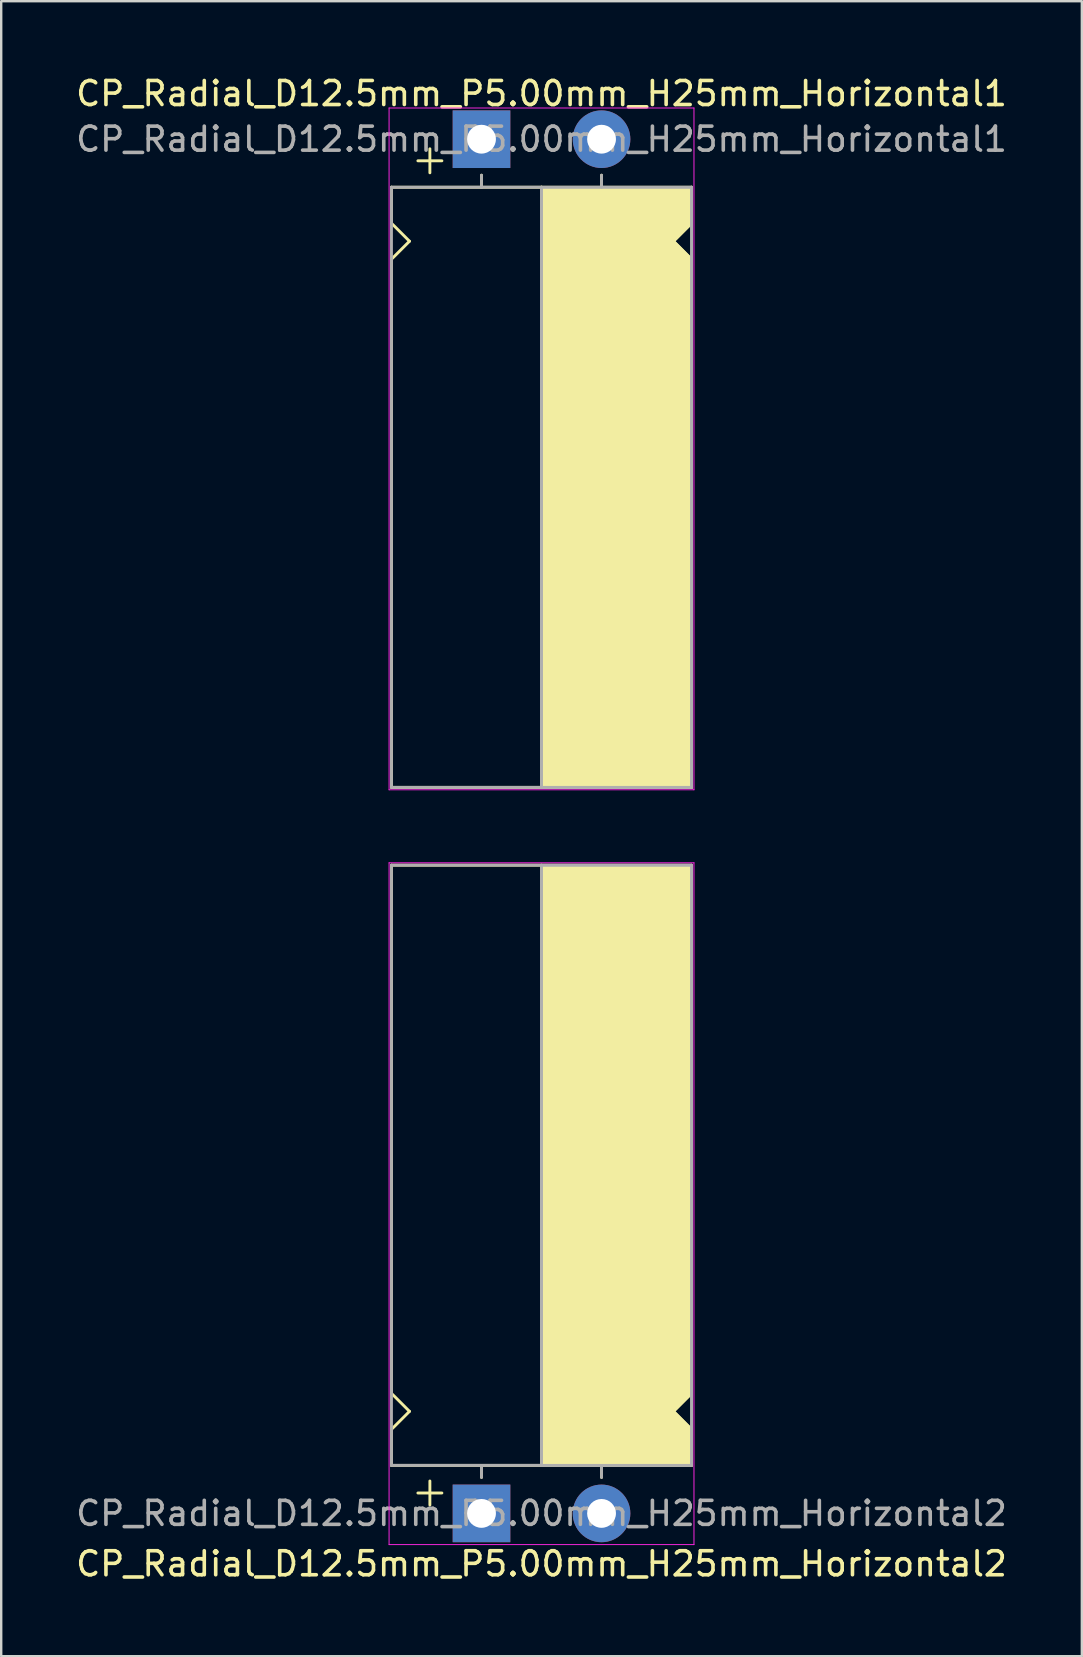
<source format=kicad_pcb>
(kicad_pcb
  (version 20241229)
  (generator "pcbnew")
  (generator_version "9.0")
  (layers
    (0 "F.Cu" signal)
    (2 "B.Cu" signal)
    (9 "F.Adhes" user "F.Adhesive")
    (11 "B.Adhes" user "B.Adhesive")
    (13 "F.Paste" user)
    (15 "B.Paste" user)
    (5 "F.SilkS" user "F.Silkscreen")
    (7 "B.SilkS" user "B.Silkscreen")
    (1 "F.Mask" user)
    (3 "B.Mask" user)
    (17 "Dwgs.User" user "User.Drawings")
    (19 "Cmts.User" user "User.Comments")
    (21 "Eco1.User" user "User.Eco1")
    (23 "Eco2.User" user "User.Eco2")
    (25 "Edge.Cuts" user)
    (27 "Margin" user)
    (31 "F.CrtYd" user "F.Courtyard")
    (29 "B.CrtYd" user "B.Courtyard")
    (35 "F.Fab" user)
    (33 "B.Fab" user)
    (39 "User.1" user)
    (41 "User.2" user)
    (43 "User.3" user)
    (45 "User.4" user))
  (footprint "CP_Radial_D12.5mm_P5.00mm_H25mm_Horizontal2"
    (layer "F.Cu")
    (at 17.006 59.988)
    (property "Reference" "CP_Radial_D12.5mm_P5.00mm_H25mm_Horizontal2" (at 2.5 2.1 180) (layer "F.SilkS") (effects (font (size 1 1) (thickness 0.15))))
    (attr through_hole)
    (fp_line (start -3.75 -5) (end -3.75 -27) (stroke (width 0.12) (type solid)) (layer "F.SilkS"))
    (fp_line (start -3.75 -3.5) (end -3 -4.25) (stroke (width 0.12) (type solid)) (layer "F.SilkS"))
    (fp_line (start -3.75 -2) (end -3.75 -3.5) (stroke (width 0.12) (type solid)) (layer "F.SilkS"))
    (fp_line (start -3 -4.25) (end -3.75 -5) (stroke (width 0.12) (type solid)) (layer "F.SilkS"))
    (fp_line (start -2.15 -1.35) (end -2.15 -0.35) (stroke (width 0.12) (type solid)) (layer "F.SilkS"))
    (fp_line (start -1.65 -0.85) (end -2.65 -0.85) (stroke (width 0.12) (type solid)) (layer "F.SilkS"))
    (fp_line (start 0 -1.5) (end 0 -2) (stroke (width 0.12) (type solid)) (layer "F.SilkS"))
    (fp_line (start 2.5 -2) (end -3.75 -2) (stroke (width 0.12) (type solid)) (layer "F.SilkS"))
    (fp_line (start 2.5 -2) (end 2.5 -27) (stroke (width 0.12) (type solid)) (layer "F.SilkS"))
    (fp_line (start 2.5 -2) (end 8.75 -2) (stroke (width 0.12) (type solid)) (layer "F.SilkS"))
    (fp_line (start 5 -1.5) (end 5 -2) (stroke (width 0.12) (type solid)) (layer "F.SilkS"))
    (fp_line (start 8 -4.25) (end 8.75 -5) (stroke (width 0.12) (type solid)) (layer "F.SilkS"))
    (fp_line (start 8.75 -27) (end -3.75 -27) (stroke (width 0.12) (type solid)) (layer "F.SilkS"))
    (fp_line (start 8.75 -5) (end 8.75 -27) (stroke (width 0.12) (type solid)) (layer "F.SilkS"))
    (fp_line (start 8.75 -3.5) (end 8 -4.25) (stroke (width 0.12) (type solid)) (layer "F.SilkS"))
    (fp_line (start 8.75 -2) (end 8.75 -3.5) (stroke (width 0.12) (type solid)) (layer "F.SilkS"))
    (fp_poly (pts (xy 8.75 -3.5) (xy 8 -4.25) (xy 8.75 -5) (xy 8.75 -27) (xy 2.5 -27) (xy 2.5 -2) (xy 8.75 -2)) (stroke (width 0.1) (type solid)) (fill yes) (layer "F.SilkS"))
    (fp_line (start -3.85 -27.1) (end -3.85 1.3) (stroke (width 0.04) (type solid)) (layer "F.CrtYd"))
    (fp_line (start 8.85 -27.1) (end -3.85 -27.1) (stroke (width 0.04) (type solid)) (layer "F.CrtYd"))
    (fp_line (start 8.85 1.3) (end -3.85 1.3) (stroke (width 0.04) (type solid)) (layer "F.CrtYd"))
    (fp_line (start 8.85 1.3) (end 8.85 -27.1) (stroke (width 0.04) (type solid)) (layer "F.CrtYd"))
    (fp_line (start -3.75 -27) (end 8.75 -27) (stroke (width 0.12) (type solid)) (layer "F.Fab"))
    (fp_line (start -3.75 -2) (end -3.75 -27) (stroke (width 0.12) (type solid)) (layer "F.Fab"))
    (fp_line (start 0 -2) (end -3.75 -2) (stroke (width 0.12) (type solid)) (layer "F.Fab"))
    (fp_line (start 0 -1.5) (end 0 -2) (stroke (width 0.12) (type solid)) (layer "F.Fab"))
    (fp_line (start 2.5 -2) (end 2.5 -27) (stroke (width 0.12) (type solid)) (layer "F.Fab"))
    (fp_line (start 5 -2) (end 5 -1.5) (stroke (width 0.12) (type solid)) (layer "F.Fab"))
    (fp_line (start 8.75 -27) (end 8.75 -2) (stroke (width 0.12) (type solid)) (layer "F.Fab"))
    (fp_line (start 8.75 -2) (end 0 -2) (stroke (width 0.12) (type solid)) (layer "F.Fab"))
    (fp_poly (pts (xy 8.75 -27) (xy 2.5 -27) (xy 2.5 -2) (xy 8.75 -2)) (stroke (width 0.1) (type solid)) (fill no) (layer "F.Fab"))
    (fp_text user "${REFERENCE}" (at 2.5 0 0) (layer "F.Fab") (effects (font (size 1 1) (thickness 0.15))))
    (pad "1" thru_hole rect (at 0 0) (size 2.4 2.4) (drill 1.2) (layers "*.Cu" "*.Mask"))
    (pad "2" thru_hole circle (at 5 0) (size 2.4 2.4) (drill 1.2) (layers "*.Cu" "*.Mask")))
  (footprint "CP_Radial_D12.5mm_P5.00mm_H25mm_Horizontal1"
    (layer "F.Cu")
    (at 17.006 2.748)
    (property "Reference" "CP_Radial_D12.5mm_P5.00mm_H25mm_Horizontal1" (at 2.5 -1.9 180) (layer "F.SilkS") (effects (font (size 1 1) (thickness 0.15))))
    (attr through_hole)
    (fp_line (start -3.75 2) (end -3.75 3.5) (stroke (width 0.12) (type solid)) (layer "F.SilkS"))
    (fp_line (start -3.75 3.5) (end -3 4.25) (stroke (width 0.12) (type solid)) (layer "F.SilkS"))
    (fp_line (start -3.75 5) (end -3.75 27) (stroke (width 0.12) (type solid)) (layer "F.SilkS"))
    (fp_line (start -3 4.25) (end -3.75 5) (stroke (width 0.12) (type solid)) (layer "F.SilkS"))
    (fp_line (start -2.15 0.4) (end -2.15 1.4) (stroke (width 0.12) (type solid)) (layer "F.SilkS"))
    (fp_line (start -1.65 0.9) (end -2.65 0.9) (stroke (width 0.12) (type solid)) (layer "F.SilkS"))
    (fp_line (start 0 1.5) (end 0 2) (stroke (width 0.12) (type solid)) (layer "F.SilkS"))
    (fp_line (start 2.5 2) (end -3.75 2) (stroke (width 0.12) (type solid)) (layer "F.SilkS"))
    (fp_line (start 2.5 2) (end 2.5 27) (stroke (width 0.12) (type solid)) (layer "F.SilkS"))
    (fp_line (start 2.5 2) (end 8.75 2) (stroke (width 0.12) (type solid)) (layer "F.SilkS"))
    (fp_line (start 5 1.5) (end 5 2) (stroke (width 0.12) (type solid)) (layer "F.SilkS"))
    (fp_line (start 8 4.25) (end 8.75 5) (stroke (width 0.12) (type solid)) (layer "F.SilkS"))
    (fp_line (start 8.75 2) (end 8.75 3.5) (stroke (width 0.12) (type solid)) (layer "F.SilkS"))
    (fp_line (start 8.75 3.5) (end 8 4.25) (stroke (width 0.12) (type solid)) (layer "F.SilkS"))
    (fp_line (start 8.75 5) (end 8.75 27) (stroke (width 0.12) (type solid)) (layer "F.SilkS"))
    (fp_line (start 8.75 27) (end -3.75 27) (stroke (width 0.12) (type solid)) (layer "F.SilkS"))
    (fp_poly (pts (xy 8.75 3.5) (xy 8 4.25) (xy 8.75 5) (xy 8.75 27) (xy 2.5 27) (xy 2.5 2) (xy 8.75 2)) (stroke (width 0.1) (type solid)) (fill yes) (layer "F.SilkS"))
    (fp_line (start -3.85 -1.3) (end 8.85 -1.3) (stroke (width 0.04) (type solid)) (layer "F.CrtYd"))
    (fp_line (start -3.85 27.1) (end -3.85 -1.3) (stroke (width 0.04) (type solid)) (layer "F.CrtYd"))
    (fp_line (start 8.85 -1.3) (end 8.85 27.1) (stroke (width 0.04) (type solid)) (layer "F.CrtYd"))
    (fp_line (start 8.85 27.1) (end -3.85 27.1) (stroke (width 0.04) (type solid)) (layer "F.CrtYd"))
    (fp_line (start -3.75 2) (end -3.75 27) (stroke (width 0.12) (type solid)) (layer "F.Fab"))
    (fp_line (start -3.75 27) (end 8.75 27) (stroke (width 0.12) (type solid)) (layer "F.Fab"))
    (fp_line (start 0 1.5) (end 0 2) (stroke (width 0.12) (type solid)) (layer "F.Fab"))
    (fp_line (start 0 2) (end -3.75 2) (stroke (width 0.12) (type solid)) (layer "F.Fab"))
    (fp_line (start 2.5 2) (end 2.5 27) (stroke (width 0.12) (type solid)) (layer "F.Fab"))
    (fp_line (start 5 2) (end 5 1.5) (stroke (width 0.12) (type solid)) (layer "F.Fab"))
    (fp_line (start 8.75 2) (end 0 2) (stroke (width 0.12) (type solid)) (layer "F.Fab"))
    (fp_line (start 8.75 27) (end 8.75 2) (stroke (width 0.12) (type solid)) (layer "F.Fab"))
    (fp_poly (pts (xy 8.75 27) (xy 2.5 27) (xy 2.5 2) (xy 8.75 2)) (stroke (width 0.1) (type solid)) (fill no) (layer "F.Fab"))
    (fp_text user "${REFERENCE}" (at 2.5 0 0) (layer "F.Fab") (effects (font (size 1 1) (thickness 0.15))))
    (pad "1" thru_hole rect (at 0 0) (size 2.4 2.4) (drill 1.2) (layers "*.Cu" "*.Mask"))
    (pad "2" thru_hole circle (at 5 0) (size 2.4 2.4) (drill 1.2) (layers "*.Cu" "*.Mask")))
  (gr_rect
    (start -3 -3)
    (end 42.012 65.936)
    (stroke (width 0.1) (type default))
    (fill no)
    (layer "Edge.Cuts")))
</source>
